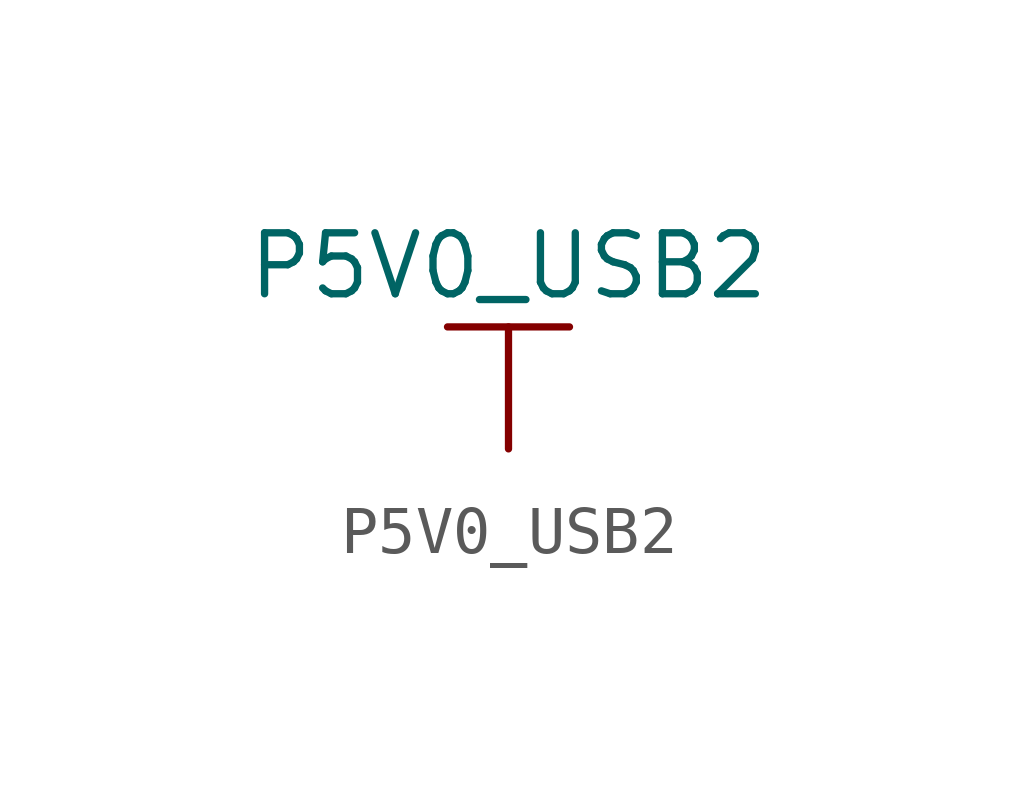
<source format=kicad_sym>
(kicad_symbol_lib
  (version 20211014)
  (generator kicad_symbol_editor)
  (symbol "P5V0_USB2"
    (power)
    (pin_names
      (offset 0))
    (property "Reference" "#PWR"
      (at 0 -3.81 0)
      (effects (font (size 1.27 1.27)) hide))
    (property "Value" "P5V0_USB2"
      (at 0 3.81 0)
      (effects (font (size 1.27 1.27))))
    (symbol "P5V0_USB2_0_1"
      (polyline (pts (xy -1.27 2.54) (xy 1.27 2.54)) (stroke (width 0.152) (type default) (color 0 0 0 0)) (fill (type none)))
      (polyline (pts (xy 0 0) (xy 0 2.54)) (stroke (width 0.152) (type default) (color 0 0 0 0)) (fill (type none))))
    (symbol "P5V0_USB2_1_1"
      (pin power_in line (at 0 0 90) (length 0) hide (name "P5V0_USB2" (effects (font (size 1.27 1.27)))) (number "1" (effects (font (size 1.27 1.27))))))))
</source>
